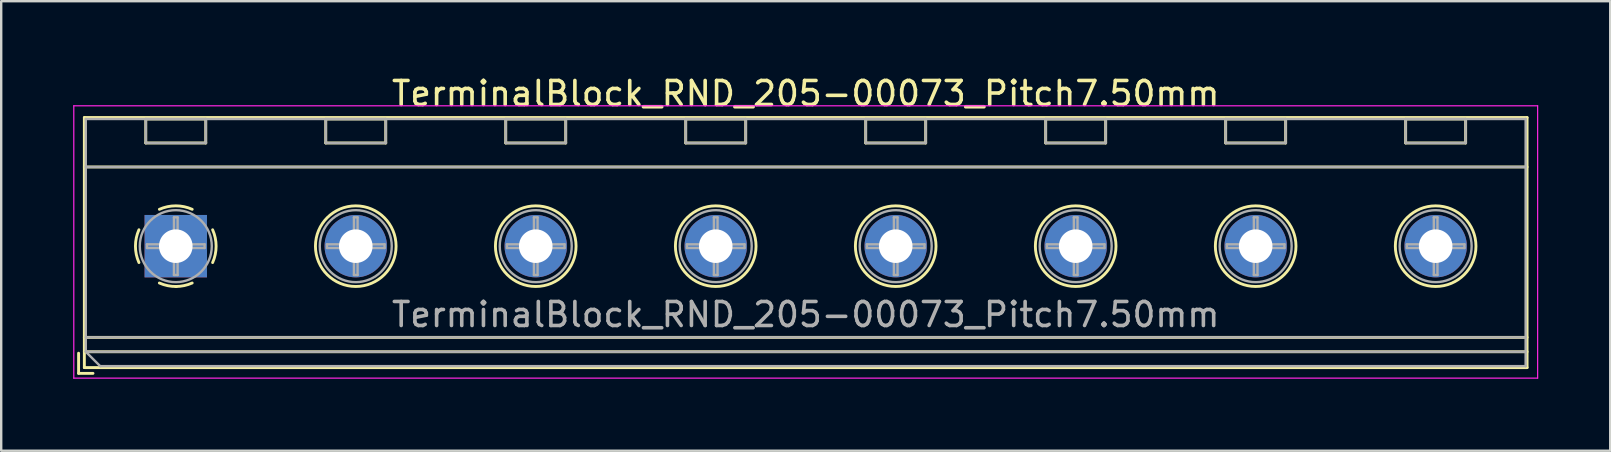
<source format=kicad_pcb>
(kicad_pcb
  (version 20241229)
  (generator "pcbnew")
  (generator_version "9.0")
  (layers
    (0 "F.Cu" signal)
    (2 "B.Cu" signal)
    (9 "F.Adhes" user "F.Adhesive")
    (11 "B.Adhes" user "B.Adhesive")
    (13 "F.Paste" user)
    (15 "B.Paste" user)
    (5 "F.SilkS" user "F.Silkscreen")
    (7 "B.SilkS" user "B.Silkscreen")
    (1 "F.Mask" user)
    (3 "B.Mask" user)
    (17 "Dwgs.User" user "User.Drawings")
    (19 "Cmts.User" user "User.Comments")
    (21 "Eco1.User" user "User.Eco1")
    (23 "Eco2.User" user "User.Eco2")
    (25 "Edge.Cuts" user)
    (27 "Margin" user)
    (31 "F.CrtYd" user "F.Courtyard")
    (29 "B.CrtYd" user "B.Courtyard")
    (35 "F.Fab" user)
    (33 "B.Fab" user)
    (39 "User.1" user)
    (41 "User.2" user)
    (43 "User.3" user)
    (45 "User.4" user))
  (footprint "TerminalBlock_RND_205-00073_Pitch7.50mm"
    (layer "F.Cu")
    (at 4.275 7.208)
    (property "Reference" "TerminalBlock_RND_205-00073_Pitch7.50mm" (at 26.25 -6.36 0) (layer "F.SilkS") (effects (font (size 1 1) (thickness 0.15))))
    (attr through_hole)
    (fp_line (start -4.05 4.46) (end -4.05 5.3) (stroke (width 0.12) (type solid)) (layer "F.SilkS"))
    (fp_line (start -4.05 5.3) (end -3.45 5.3) (stroke (width 0.12) (type solid)) (layer "F.SilkS"))
    (fp_line (start -3.81 -5.36) (end -3.81 5.06) (stroke (width 0.12) (type solid)) (layer "F.SilkS"))
    (fp_line (start -3.81 -3.3) (end 56.31 -3.3) (stroke (width 0.12) (type solid)) (layer "F.SilkS"))
    (fp_line (start -3.81 3.8) (end 56.31 3.8) (stroke (width 0.12) (type solid)) (layer "F.SilkS"))
    (fp_line (start -3.81 4.4) (end 56.31 4.4) (stroke (width 0.12) (type solid)) (layer "F.SilkS"))
    (fp_line (start -3.81 5.06) (end 56.31 5.06) (stroke (width 0.12) (type solid)) (layer "F.SilkS"))
    (fp_line (start -1.25 -5.301) (end -1.25 -4.301) (stroke (width 0.12) (type solid)) (layer "F.SilkS"))
    (fp_line (start -1.25 -5.301) (end 1.25 -5.301) (stroke (width 0.12) (type solid)) (layer "F.SilkS"))
    (fp_line (start -1.25 -4.301) (end 1.25 -4.301) (stroke (width 0.12) (type solid)) (layer "F.SilkS"))
    (fp_line (start 1.25 -5.301) (end 1.25 -4.301) (stroke (width 0.12) (type solid)) (layer "F.SilkS"))
    (fp_line (start 6.25 -5.301) (end 6.25 -4.301) (stroke (width 0.12) (type solid)) (layer "F.SilkS"))
    (fp_line (start 6.25 -5.301) (end 8.75 -5.301) (stroke (width 0.12) (type solid)) (layer "F.SilkS"))
    (fp_line (start 6.25 -4.301) (end 8.75 -4.301) (stroke (width 0.12) (type solid)) (layer "F.SilkS"))
    (fp_line (start 8.75 -5.301) (end 8.75 -4.301) (stroke (width 0.12) (type solid)) (layer "F.SilkS"))
    (fp_line (start 13.75 -5.301) (end 13.75 -4.301) (stroke (width 0.12) (type solid)) (layer "F.SilkS"))
    (fp_line (start 13.75 -5.301) (end 16.25 -5.301) (stroke (width 0.12) (type solid)) (layer "F.SilkS"))
    (fp_line (start 13.75 -4.301) (end 16.25 -4.301) (stroke (width 0.12) (type solid)) (layer "F.SilkS"))
    (fp_line (start 16.25 -5.301) (end 16.25 -4.301) (stroke (width 0.12) (type solid)) (layer "F.SilkS"))
    (fp_line (start 21.25 -5.301) (end 21.25 -4.301) (stroke (width 0.12) (type solid)) (layer "F.SilkS"))
    (fp_line (start 21.25 -5.301) (end 23.75 -5.301) (stroke (width 0.12) (type solid)) (layer "F.SilkS"))
    (fp_line (start 21.25 -4.301) (end 23.75 -4.301) (stroke (width 0.12) (type solid)) (layer "F.SilkS"))
    (fp_line (start 23.75 -5.301) (end 23.75 -4.301) (stroke (width 0.12) (type solid)) (layer "F.SilkS"))
    (fp_line (start 28.75 -5.301) (end 28.75 -4.301) (stroke (width 0.12) (type solid)) (layer "F.SilkS"))
    (fp_line (start 28.75 -5.301) (end 31.25 -5.301) (stroke (width 0.12) (type solid)) (layer "F.SilkS"))
    (fp_line (start 28.75 -4.301) (end 31.25 -4.301) (stroke (width 0.12) (type solid)) (layer "F.SilkS"))
    (fp_line (start 31.25 -5.301) (end 31.25 -4.301) (stroke (width 0.12) (type solid)) (layer "F.SilkS"))
    (fp_line (start 36.25 -5.301) (end 36.25 -4.301) (stroke (width 0.12) (type solid)) (layer "F.SilkS"))
    (fp_line (start 36.25 -5.301) (end 38.75 -5.301) (stroke (width 0.12) (type solid)) (layer "F.SilkS"))
    (fp_line (start 36.25 -4.301) (end 38.75 -4.301) (stroke (width 0.12) (type solid)) (layer "F.SilkS"))
    (fp_line (start 38.75 -5.301) (end 38.75 -4.301) (stroke (width 0.12) (type solid)) (layer "F.SilkS"))
    (fp_line (start 43.75 -5.301) (end 43.75 -4.301) (stroke (width 0.12) (type solid)) (layer "F.SilkS"))
    (fp_line (start 43.75 -5.301) (end 46.25 -5.301) (stroke (width 0.12) (type solid)) (layer "F.SilkS"))
    (fp_line (start 43.75 -4.301) (end 46.25 -4.301) (stroke (width 0.12) (type solid)) (layer "F.SilkS"))
    (fp_line (start 46.25 -5.301) (end 46.25 -4.301) (stroke (width 0.12) (type solid)) (layer "F.SilkS"))
    (fp_line (start 51.25 -5.301) (end 51.25 -4.301) (stroke (width 0.12) (type solid)) (layer "F.SilkS"))
    (fp_line (start 51.25 -5.301) (end 53.75 -5.301) (stroke (width 0.12) (type solid)) (layer "F.SilkS"))
    (fp_line (start 51.25 -4.301) (end 53.75 -4.301) (stroke (width 0.12) (type solid)) (layer "F.SilkS"))
    (fp_line (start 53.75 -5.301) (end 53.75 -4.301) (stroke (width 0.12) (type solid)) (layer "F.SilkS"))
    (fp_line (start 56.31 -5.36) (end -3.81 -5.36) (stroke (width 0.12) (type solid)) (layer "F.SilkS"))
    (fp_line (start 56.31 5.06) (end 56.31 -5.36) (stroke (width 0.12) (type solid)) (layer "F.SilkS"))
    (fp_arc (start -1.535427 0.683042) (mid -1.680501 -0.000524) (end -1.535 -0.684) (stroke (width 0.12) (type solid)) (layer "F.SilkS"))
    (fp_arc (start -0.683042 -1.535427) (mid 0.000524 -1.680501) (end 0.684 -1.535) (stroke (width 0.12) (type solid)) (layer "F.SilkS"))
    (fp_arc (start 0.028805 1.680253) (mid -0.335551 1.646659) (end -0.684 1.535) (stroke (width 0.12) (type solid)) (layer "F.SilkS"))
    (fp_arc (start 0.683318 1.534756) (mid 0.349292 1.643288) (end 0 1.68) (stroke (width 0.12) (type solid)) (layer "F.SilkS"))
    (fp_arc (start 1.535427 -0.683042) (mid 1.680501 0.000524) (end 1.535 0.684) (stroke (width 0.12) (type solid)) (layer "F.SilkS"))
    (fp_circle (center 7.5 0) (end 9.18 0) (stroke (width 0.12) (type solid)) (fill no) (layer "F.SilkS"))
    (fp_circle (center 15 0) (end 16.68 0) (stroke (width 0.12) (type solid)) (fill no) (layer "F.SilkS"))
    (fp_circle (center 22.5 0) (end 24.18 0) (stroke (width 0.12) (type solid)) (fill no) (layer "F.SilkS"))
    (fp_circle (center 30 0) (end 31.68 0) (stroke (width 0.12) (type solid)) (fill no) (layer "F.SilkS"))
    (fp_circle (center 37.5 0) (end 39.18 0) (stroke (width 0.12) (type solid)) (fill no) (layer "F.SilkS"))
    (fp_circle (center 45 0) (end 46.68 0) (stroke (width 0.12) (type solid)) (fill no) (layer "F.SilkS"))
    (fp_circle (center 52.5 0) (end 54.18 0) (stroke (width 0.12) (type solid)) (fill no) (layer "F.SilkS"))
    (fp_line (start -4.25 -5.85) (end -4.25 5.5) (stroke (width 0.05) (type solid)) (layer "F.CrtYd"))
    (fp_line (start -4.25 5.5) (end 56.75 5.5) (stroke (width 0.05) (type solid)) (layer "F.CrtYd"))
    (fp_line (start 56.75 -5.85) (end -4.25 -5.85) (stroke (width 0.05) (type solid)) (layer "F.CrtYd"))
    (fp_line (start 56.75 5.5) (end 56.75 -5.85) (stroke (width 0.05) (type solid)) (layer "F.CrtYd"))
    (fp_line (start -3.75 -5.3) (end 56.25 -5.3) (stroke (width 0.1) (type solid)) (layer "F.Fab"))
    (fp_line (start -3.75 -3.3) (end 56.25 -3.3) (stroke (width 0.1) (type solid)) (layer "F.Fab"))
    (fp_line (start -3.75 3.8) (end 56.25 3.8) (stroke (width 0.1) (type solid)) (layer "F.Fab"))
    (fp_line (start -3.75 4.4) (end -3.75 -5.3) (stroke (width 0.1) (type solid)) (layer "F.Fab"))
    (fp_line (start -3.75 4.4) (end 56.25 4.4) (stroke (width 0.1) (type solid)) (layer "F.Fab"))
    (fp_line (start -3.15 5) (end -3.75 4.4) (stroke (width 0.1) (type solid)) (layer "F.Fab"))
    (fp_line (start -1.25 -5.3) (end -1.25 -4.3) (stroke (width 0.1) (type solid)) (layer "F.Fab"))
    (fp_line (start -1.25 -4.3) (end 1.25 -4.3) (stroke (width 0.1) (type solid)) (layer "F.Fab"))
    (fp_line (start -1.201 -0.076) (end -0.076 -0.076) (stroke (width 0.1) (type solid)) (layer "F.Fab"))
    (fp_line (start -1.201 0.076) (end -1.201 -0.076) (stroke (width 0.1) (type solid)) (layer "F.Fab"))
    (fp_line (start -0.076 -1.201) (end 0.076 -1.201) (stroke (width 0.1) (type solid)) (layer "F.Fab"))
    (fp_line (start -0.076 -0.076) (end -0.076 -1.201) (stroke (width 0.1) (type solid)) (layer "F.Fab"))
    (fp_line (start -0.076 0.076) (end -1.201 0.076) (stroke (width 0.1) (type solid)) (layer "F.Fab"))
    (fp_line (start -0.076 1.201) (end -0.076 0.076) (stroke (width 0.1) (type solid)) (layer "F.Fab"))
    (fp_line (start 0.076 -1.201) (end 0.076 -0.076) (stroke (width 0.1) (type solid)) (layer "F.Fab"))
    (fp_line (start 0.076 -0.076) (end 1.201 -0.076) (stroke (width 0.1) (type solid)) (layer "F.Fab"))
    (fp_line (start 0.076 0.076) (end 0.076 1.201) (stroke (width 0.1) (type solid)) (layer "F.Fab"))
    (fp_line (start 0.076 1.201) (end -0.076 1.201) (stroke (width 0.1) (type solid)) (layer "F.Fab"))
    (fp_line (start 1.201 -0.076) (end 1.201 0.076) (stroke (width 0.1) (type solid)) (layer "F.Fab"))
    (fp_line (start 1.201 0.076) (end 0.076 0.076) (stroke (width 0.1) (type solid)) (layer "F.Fab"))
    (fp_line (start 1.25 -5.3) (end -1.25 -5.3) (stroke (width 0.1) (type solid)) (layer "F.Fab"))
    (fp_line (start 1.25 -4.3) (end 1.25 -5.3) (stroke (width 0.1) (type solid)) (layer "F.Fab"))
    (fp_line (start 6.25 -5.3) (end 6.25 -4.3) (stroke (width 0.1) (type solid)) (layer "F.Fab"))
    (fp_line (start 6.25 -4.3) (end 8.75 -4.3) (stroke (width 0.1) (type solid)) (layer "F.Fab"))
    (fp_line (start 6.299 -0.076) (end 7.424 -0.076) (stroke (width 0.1) (type solid)) (layer "F.Fab"))
    (fp_line (start 6.299 0.076) (end 6.299 -0.076) (stroke (width 0.1) (type solid)) (layer "F.Fab"))
    (fp_line (start 7.424 -1.201) (end 7.576 -1.201) (stroke (width 0.1) (type solid)) (layer "F.Fab"))
    (fp_line (start 7.424 -0.076) (end 7.424 -1.201) (stroke (width 0.1) (type solid)) (layer "F.Fab"))
    (fp_line (start 7.424 0.076) (end 6.299 0.076) (stroke (width 0.1) (type solid)) (layer "F.Fab"))
    (fp_line (start 7.424 1.201) (end 7.424 0.076) (stroke (width 0.1) (type solid)) (layer "F.Fab"))
    (fp_line (start 7.576 -1.201) (end 7.576 -0.076) (stroke (width 0.1) (type solid)) (layer "F.Fab"))
    (fp_line (start 7.576 -0.076) (end 8.701 -0.076) (stroke (width 0.1) (type solid)) (layer "F.Fab"))
    (fp_line (start 7.576 0.076) (end 7.576 1.201) (stroke (width 0.1) (type solid)) (layer "F.Fab"))
    (fp_line (start 7.576 1.201) (end 7.424 1.201) (stroke (width 0.1) (type solid)) (layer "F.Fab"))
    (fp_line (start 8.701 -0.076) (end 8.701 0.076) (stroke (width 0.1) (type solid)) (layer "F.Fab"))
    (fp_line (start 8.701 0.076) (end 7.576 0.076) (stroke (width 0.1) (type solid)) (layer "F.Fab"))
    (fp_line (start 8.75 -5.3) (end 6.25 -5.3) (stroke (width 0.1) (type solid)) (layer "F.Fab"))
    (fp_line (start 8.75 -4.3) (end 8.75 -5.3) (stroke (width 0.1) (type solid)) (layer "F.Fab"))
    (fp_line (start 13.75 -5.3) (end 13.75 -4.3) (stroke (width 0.1) (type solid)) (layer "F.Fab"))
    (fp_line (start 13.75 -4.3) (end 16.25 -4.3) (stroke (width 0.1) (type solid)) (layer "F.Fab"))
    (fp_line (start 13.799 -0.076) (end 14.924 -0.076) (stroke (width 0.1) (type solid)) (layer "F.Fab"))
    (fp_line (start 13.799 0.076) (end 13.799 -0.076) (stroke (width 0.1) (type solid)) (layer "F.Fab"))
    (fp_line (start 14.924 -1.201) (end 15.076 -1.201) (stroke (width 0.1) (type solid)) (layer "F.Fab"))
    (fp_line (start 14.924 -0.076) (end 14.924 -1.201) (stroke (width 0.1) (type solid)) (layer "F.Fab"))
    (fp_line (start 14.924 0.076) (end 13.799 0.076) (stroke (width 0.1) (type solid)) (layer "F.Fab"))
    (fp_line (start 14.924 1.201) (end 14.924 0.076) (stroke (width 0.1) (type solid)) (layer "F.Fab"))
    (fp_line (start 15.076 -1.201) (end 15.076 -0.076) (stroke (width 0.1) (type solid)) (layer "F.Fab"))
    (fp_line (start 15.076 -0.076) (end 16.201 -0.076) (stroke (width 0.1) (type solid)) (layer "F.Fab"))
    (fp_line (start 15.076 0.076) (end 15.076 1.201) (stroke (width 0.1) (type solid)) (layer "F.Fab"))
    (fp_line (start 15.076 1.201) (end 14.924 1.201) (stroke (width 0.1) (type solid)) (layer "F.Fab"))
    (fp_line (start 16.201 -0.076) (end 16.201 0.076) (stroke (width 0.1) (type solid)) (layer "F.Fab"))
    (fp_line (start 16.201 0.076) (end 15.076 0.076) (stroke (width 0.1) (type solid)) (layer "F.Fab"))
    (fp_line (start 16.25 -5.3) (end 13.75 -5.3) (stroke (width 0.1) (type solid)) (layer "F.Fab"))
    (fp_line (start 16.25 -4.3) (end 16.25 -5.3) (stroke (width 0.1) (type solid)) (layer "F.Fab"))
    (fp_line (start 21.25 -5.3) (end 21.25 -4.3) (stroke (width 0.1) (type solid)) (layer "F.Fab"))
    (fp_line (start 21.25 -4.3) (end 23.75 -4.3) (stroke (width 0.1) (type solid)) (layer "F.Fab"))
    (fp_line (start 21.299 -0.076) (end 22.424 -0.076) (stroke (width 0.1) (type solid)) (layer "F.Fab"))
    (fp_line (start 21.299 0.076) (end 21.299 -0.076) (stroke (width 0.1) (type solid)) (layer "F.Fab"))
    (fp_line (start 22.424 -1.201) (end 22.576 -1.201) (stroke (width 0.1) (type solid)) (layer "F.Fab"))
    (fp_line (start 22.424 -0.076) (end 22.424 -1.201) (stroke (width 0.1) (type solid)) (layer "F.Fab"))
    (fp_line (start 22.424 0.076) (end 21.299 0.076) (stroke (width 0.1) (type solid)) (layer "F.Fab"))
    (fp_line (start 22.424 1.201) (end 22.424 0.076) (stroke (width 0.1) (type solid)) (layer "F.Fab"))
    (fp_line (start 22.576 -1.201) (end 22.576 -0.076) (stroke (width 0.1) (type solid)) (layer "F.Fab"))
    (fp_line (start 22.576 -0.076) (end 23.701 -0.076) (stroke (width 0.1) (type solid)) (layer "F.Fab"))
    (fp_line (start 22.576 0.076) (end 22.576 1.201) (stroke (width 0.1) (type solid)) (layer "F.Fab"))
    (fp_line (start 22.576 1.201) (end 22.424 1.201) (stroke (width 0.1) (type solid)) (layer "F.Fab"))
    (fp_line (start 23.701 -0.076) (end 23.701 0.076) (stroke (width 0.1) (type solid)) (layer "F.Fab"))
    (fp_line (start 23.701 0.076) (end 22.576 0.076) (stroke (width 0.1) (type solid)) (layer "F.Fab"))
    (fp_line (start 23.75 -5.3) (end 21.25 -5.3) (stroke (width 0.1) (type solid)) (layer "F.Fab"))
    (fp_line (start 23.75 -4.3) (end 23.75 -5.3) (stroke (width 0.1) (type solid)) (layer "F.Fab"))
    (fp_line (start 28.75 -5.3) (end 28.75 -4.3) (stroke (width 0.1) (type solid)) (layer "F.Fab"))
    (fp_line (start 28.75 -4.3) (end 31.25 -4.3) (stroke (width 0.1) (type solid)) (layer "F.Fab"))
    (fp_line (start 28.799 -0.076) (end 29.924 -0.076) (stroke (width 0.1) (type solid)) (layer "F.Fab"))
    (fp_line (start 28.799 0.076) (end 28.799 -0.076) (stroke (width 0.1) (type solid)) (layer "F.Fab"))
    (fp_line (start 29.924 -1.201) (end 30.076 -1.201) (stroke (width 0.1) (type solid)) (layer "F.Fab"))
    (fp_line (start 29.924 -0.076) (end 29.924 -1.201) (stroke (width 0.1) (type solid)) (layer "F.Fab"))
    (fp_line (start 29.924 0.076) (end 28.799 0.076) (stroke (width 0.1) (type solid)) (layer "F.Fab"))
    (fp_line (start 29.924 1.201) (end 29.924 0.076) (stroke (width 0.1) (type solid)) (layer "F.Fab"))
    (fp_line (start 30.076 -1.201) (end 30.076 -0.076) (stroke (width 0.1) (type solid)) (layer "F.Fab"))
    (fp_line (start 30.076 -0.076) (end 31.201 -0.076) (stroke (width 0.1) (type solid)) (layer "F.Fab"))
    (fp_line (start 30.076 0.076) (end 30.076 1.201) (stroke (width 0.1) (type solid)) (layer "F.Fab"))
    (fp_line (start 30.076 1.201) (end 29.924 1.201) (stroke (width 0.1) (type solid)) (layer "F.Fab"))
    (fp_line (start 31.201 -0.076) (end 31.201 0.076) (stroke (width 0.1) (type solid)) (layer "F.Fab"))
    (fp_line (start 31.201 0.076) (end 30.076 0.076) (stroke (width 0.1) (type solid)) (layer "F.Fab"))
    (fp_line (start 31.25 -5.3) (end 28.75 -5.3) (stroke (width 0.1) (type solid)) (layer "F.Fab"))
    (fp_line (start 31.25 -4.3) (end 31.25 -5.3) (stroke (width 0.1) (type solid)) (layer "F.Fab"))
    (fp_line (start 36.25 -5.3) (end 36.25 -4.3) (stroke (width 0.1) (type solid)) (layer "F.Fab"))
    (fp_line (start 36.25 -4.3) (end 38.75 -4.3) (stroke (width 0.1) (type solid)) (layer "F.Fab"))
    (fp_line (start 36.299 -0.076) (end 37.424 -0.076) (stroke (width 0.1) (type solid)) (layer "F.Fab"))
    (fp_line (start 36.299 0.076) (end 36.299 -0.076) (stroke (width 0.1) (type solid)) (layer "F.Fab"))
    (fp_line (start 37.424 -1.201) (end 37.576 -1.201) (stroke (width 0.1) (type solid)) (layer "F.Fab"))
    (fp_line (start 37.424 -0.076) (end 37.424 -1.201) (stroke (width 0.1) (type solid)) (layer "F.Fab"))
    (fp_line (start 37.424 0.076) (end 36.299 0.076) (stroke (width 0.1) (type solid)) (layer "F.Fab"))
    (fp_line (start 37.424 1.201) (end 37.424 0.076) (stroke (width 0.1) (type solid)) (layer "F.Fab"))
    (fp_line (start 37.576 -1.201) (end 37.576 -0.076) (stroke (width 0.1) (type solid)) (layer "F.Fab"))
    (fp_line (start 37.576 -0.076) (end 38.701 -0.076) (stroke (width 0.1) (type solid)) (layer "F.Fab"))
    (fp_line (start 37.576 0.076) (end 37.576 1.201) (stroke (width 0.1) (type solid)) (layer "F.Fab"))
    (fp_line (start 37.576 1.201) (end 37.424 1.201) (stroke (width 0.1) (type solid)) (layer "F.Fab"))
    (fp_line (start 38.701 -0.076) (end 38.701 0.076) (stroke (width 0.1) (type solid)) (layer "F.Fab"))
    (fp_line (start 38.701 0.076) (end 37.576 0.076) (stroke (width 0.1) (type solid)) (layer "F.Fab"))
    (fp_line (start 38.75 -5.3) (end 36.25 -5.3) (stroke (width 0.1) (type solid)) (layer "F.Fab"))
    (fp_line (start 38.75 -4.3) (end 38.75 -5.3) (stroke (width 0.1) (type solid)) (layer "F.Fab"))
    (fp_line (start 43.75 -5.3) (end 43.75 -4.3) (stroke (width 0.1) (type solid)) (layer "F.Fab"))
    (fp_line (start 43.75 -4.3) (end 46.25 -4.3) (stroke (width 0.1) (type solid)) (layer "F.Fab"))
    (fp_line (start 43.799 -0.076) (end 44.924 -0.076) (stroke (width 0.1) (type solid)) (layer "F.Fab"))
    (fp_line (start 43.799 0.076) (end 43.799 -0.076) (stroke (width 0.1) (type solid)) (layer "F.Fab"))
    (fp_line (start 44.924 -1.201) (end 45.076 -1.201) (stroke (width 0.1) (type solid)) (layer "F.Fab"))
    (fp_line (start 44.924 -0.076) (end 44.924 -1.201) (stroke (width 0.1) (type solid)) (layer "F.Fab"))
    (fp_line (start 44.924 0.076) (end 43.799 0.076) (stroke (width 0.1) (type solid)) (layer "F.Fab"))
    (fp_line (start 44.924 1.201) (end 44.924 0.076) (stroke (width 0.1) (type solid)) (layer "F.Fab"))
    (fp_line (start 45.076 -1.201) (end 45.076 -0.076) (stroke (width 0.1) (type solid)) (layer "F.Fab"))
    (fp_line (start 45.076 -0.076) (end 46.201 -0.076) (stroke (width 0.1) (type solid)) (layer "F.Fab"))
    (fp_line (start 45.076 0.076) (end 45.076 1.201) (stroke (width 0.1) (type solid)) (layer "F.Fab"))
    (fp_line (start 45.076 1.201) (end 44.924 1.201) (stroke (width 0.1) (type solid)) (layer "F.Fab"))
    (fp_line (start 46.201 -0.076) (end 46.201 0.076) (stroke (width 0.1) (type solid)) (layer "F.Fab"))
    (fp_line (start 46.201 0.076) (end 45.076 0.076) (stroke (width 0.1) (type solid)) (layer "F.Fab"))
    (fp_line (start 46.25 -5.3) (end 43.75 -5.3) (stroke (width 0.1) (type solid)) (layer "F.Fab"))
    (fp_line (start 46.25 -4.3) (end 46.25 -5.3) (stroke (width 0.1) (type solid)) (layer "F.Fab"))
    (fp_line (start 51.25 -5.3) (end 51.25 -4.3) (stroke (width 0.1) (type solid)) (layer "F.Fab"))
    (fp_line (start 51.25 -4.3) (end 53.75 -4.3) (stroke (width 0.1) (type solid)) (layer "F.Fab"))
    (fp_line (start 51.299 -0.076) (end 52.424 -0.076) (stroke (width 0.1) (type solid)) (layer "F.Fab"))
    (fp_line (start 51.299 0.076) (end 51.299 -0.076) (stroke (width 0.1) (type solid)) (layer "F.Fab"))
    (fp_line (start 52.424 -1.201) (end 52.576 -1.201) (stroke (width 0.1) (type solid)) (layer "F.Fab"))
    (fp_line (start 52.424 -0.076) (end 52.424 -1.201) (stroke (width 0.1) (type solid)) (layer "F.Fab"))
    (fp_line (start 52.424 0.076) (end 51.299 0.076) (stroke (width 0.1) (type solid)) (layer "F.Fab"))
    (fp_line (start 52.424 1.201) (end 52.424 0.076) (stroke (width 0.1) (type solid)) (layer "F.Fab"))
    (fp_line (start 52.576 -1.201) (end 52.576 -0.076) (stroke (width 0.1) (type solid)) (layer "F.Fab"))
    (fp_line (start 52.576 -0.076) (end 53.701 -0.076) (stroke (width 0.1) (type solid)) (layer "F.Fab"))
    (fp_line (start 52.576 0.076) (end 52.576 1.201) (stroke (width 0.1) (type solid)) (layer "F.Fab"))
    (fp_line (start 52.576 1.201) (end 52.424 1.201) (stroke (width 0.1) (type solid)) (layer "F.Fab"))
    (fp_line (start 53.701 -0.076) (end 53.701 0.076) (stroke (width 0.1) (type solid)) (layer "F.Fab"))
    (fp_line (start 53.701 0.076) (end 52.576 0.076) (stroke (width 0.1) (type solid)) (layer "F.Fab"))
    (fp_line (start 53.75 -5.3) (end 51.25 -5.3) (stroke (width 0.1) (type solid)) (layer "F.Fab"))
    (fp_line (start 53.75 -4.3) (end 53.75 -5.3) (stroke (width 0.1) (type solid)) (layer "F.Fab"))
    (fp_line (start 56.25 -5.3) (end 56.25 5) (stroke (width 0.1) (type solid)) (layer "F.Fab"))
    (fp_line (start 56.25 5) (end -3.15 5) (stroke (width 0.1) (type solid)) (layer "F.Fab"))
    (fp_circle (center 0 0) (end 1.5 0) (stroke (width 0.1) (type solid)) (fill no) (layer "F.Fab"))
    (fp_circle (center 7.5 0) (end 9 0) (stroke (width 0.1) (type solid)) (fill no) (layer "F.Fab"))
    (fp_circle (center 15 0) (end 16.5 0) (stroke (width 0.1) (type solid)) (fill no) (layer "F.Fab"))
    (fp_circle (center 22.5 0) (end 24 0) (stroke (width 0.1) (type solid)) (fill no) (layer "F.Fab"))
    (fp_circle (center 30 0) (end 31.5 0) (stroke (width 0.1) (type solid)) (fill no) (layer "F.Fab"))
    (fp_circle (center 37.5 0) (end 39 0) (stroke (width 0.1) (type solid)) (fill no) (layer "F.Fab"))
    (fp_circle (center 45 0) (end 46.5 0) (stroke (width 0.1) (type solid)) (fill no) (layer "F.Fab"))
    (fp_circle (center 52.5 0) (end 54 0) (stroke (width 0.1) (type solid)) (fill no) (layer "F.Fab"))
    (fp_text user "${REFERENCE}" (at 26.25 2.85 0) (layer "F.Fab") (effects (font (size 1 1) (thickness 0.15))))
    (pad "1" thru_hole rect (at 0 0) (size 2.6 2.6) (drill 1.4) (layers "*.Cu" "*.Mask"))
    (pad "2" thru_hole circle (at 7.5 0) (size 2.6 2.6) (drill 1.4) (layers "*.Cu" "*.Mask"))
    (pad "3" thru_hole circle (at 15 0) (size 2.6 2.6) (drill 1.4) (layers "*.Cu" "*.Mask"))
    (pad "4" thru_hole circle (at 22.5 0) (size 2.6 2.6) (drill 1.4) (layers "*.Cu" "*.Mask"))
    (pad "5" thru_hole circle (at 30 0) (size 2.6 2.6) (drill 1.4) (layers "*.Cu" "*.Mask"))
    (pad "6" thru_hole circle (at 37.5 0) (size 2.6 2.6) (drill 1.4) (layers "*.Cu" "*.Mask"))
    (pad "7" thru_hole circle (at 45 0) (size 2.6 2.6) (drill 1.4) (layers "*.Cu" "*.Mask"))
    (pad "8" thru_hole circle (at 52.5 0) (size 2.6 2.6) (drill 1.4) (layers "*.Cu" "*.Mask")))
  (gr_rect
    (start -3 -3)
    (end 64.05 15.733)
    (stroke (width 0.1) (type default))
    (fill no)
    (layer "Edge.Cuts")))
</source>
